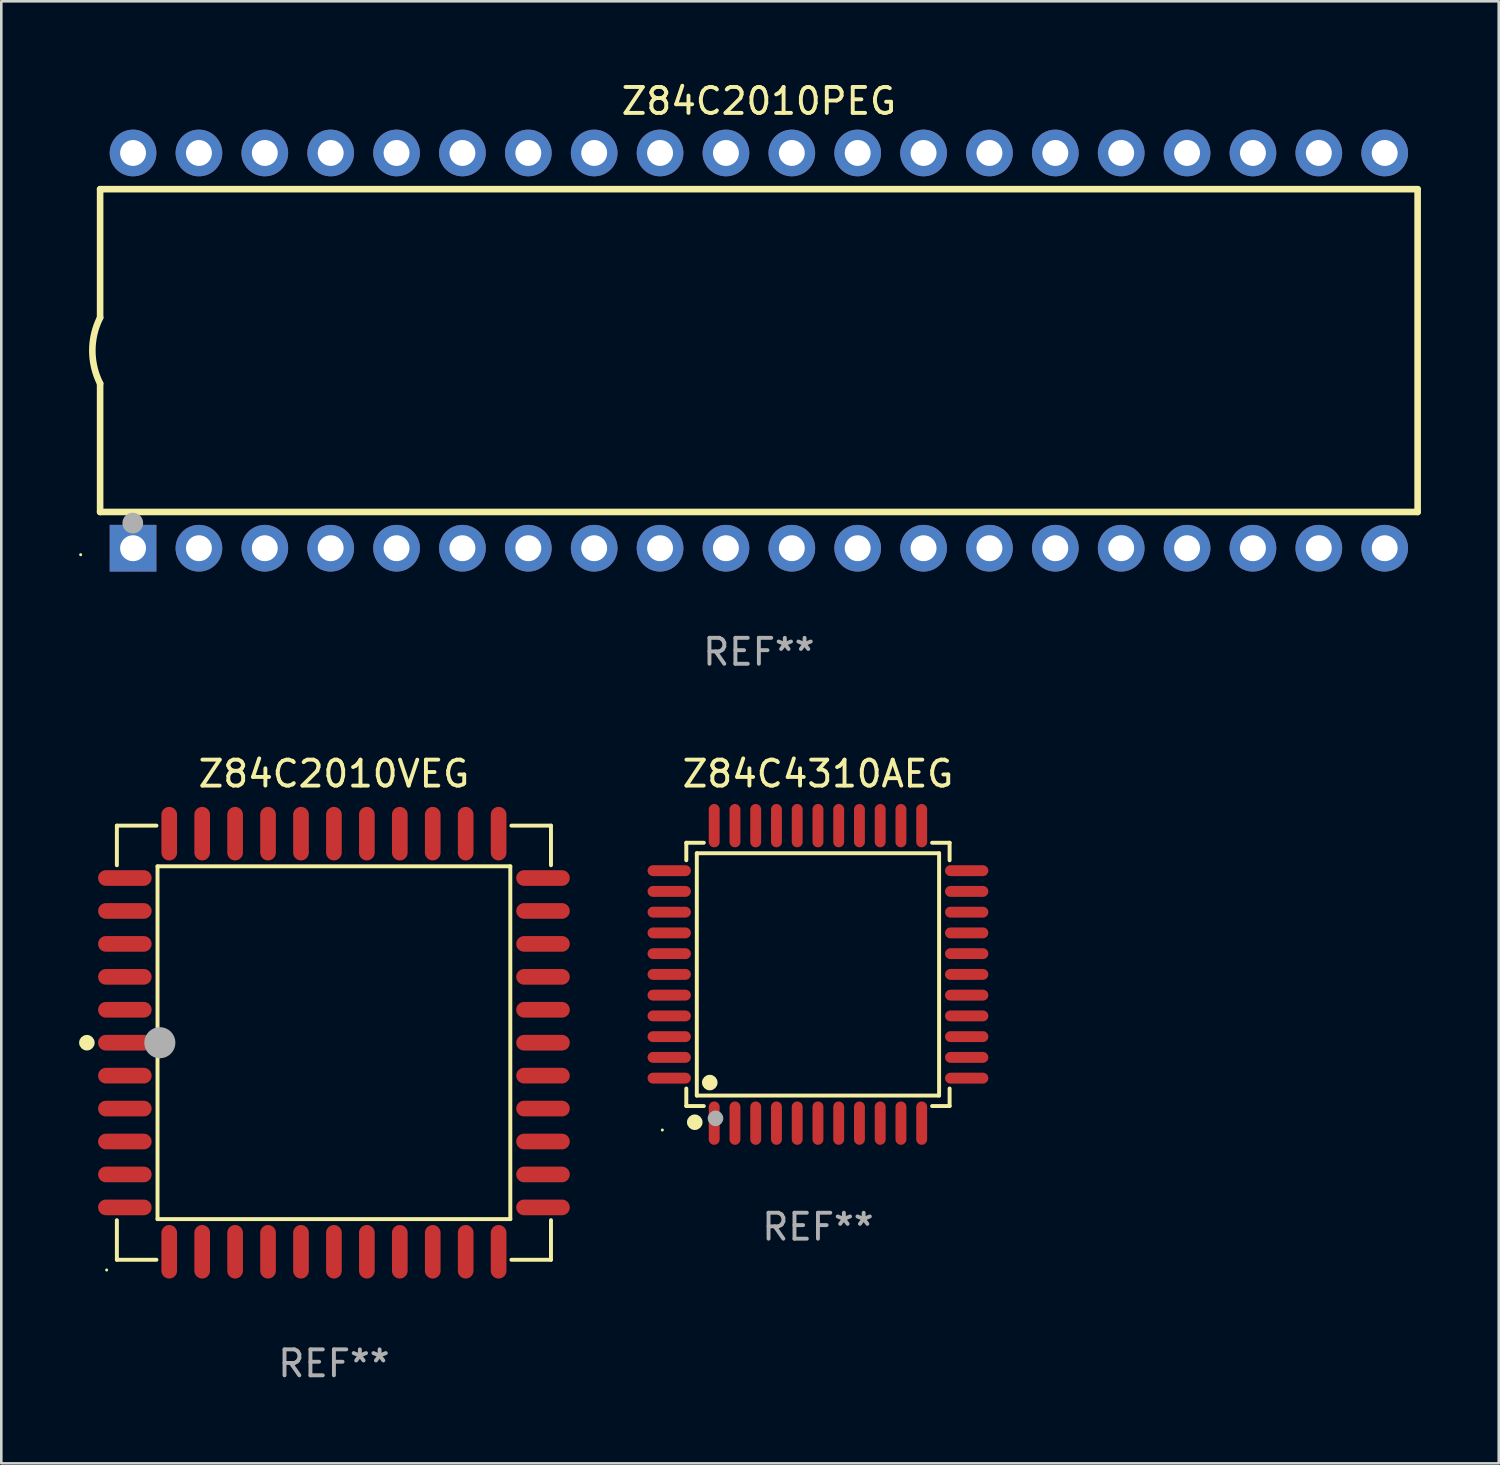
<source format=kicad_pcb>
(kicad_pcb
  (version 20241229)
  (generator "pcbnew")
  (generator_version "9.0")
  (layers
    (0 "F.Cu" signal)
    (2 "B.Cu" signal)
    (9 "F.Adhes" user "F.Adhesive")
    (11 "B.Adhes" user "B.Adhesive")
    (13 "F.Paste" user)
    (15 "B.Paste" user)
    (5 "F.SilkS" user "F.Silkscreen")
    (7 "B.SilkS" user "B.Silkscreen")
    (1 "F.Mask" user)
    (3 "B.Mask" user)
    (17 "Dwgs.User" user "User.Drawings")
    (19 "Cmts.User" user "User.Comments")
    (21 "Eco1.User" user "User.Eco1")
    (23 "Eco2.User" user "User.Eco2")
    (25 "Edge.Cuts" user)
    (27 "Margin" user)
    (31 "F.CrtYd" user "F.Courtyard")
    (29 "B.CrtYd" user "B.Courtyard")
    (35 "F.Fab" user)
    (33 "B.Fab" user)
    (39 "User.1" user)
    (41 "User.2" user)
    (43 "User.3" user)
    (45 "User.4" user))
  (footprint "Z84C2010PEG"
    (layer "F.Cu")
    (at 26.21 10.468)
    (property "Reference" "Z84C2010PEG" (at 0 -9.62 0) (layer "F.SilkS") (effects (font (size 1 1) (thickness 0.15))))
    (attr through_hole)
    (fp_line (start -25.4 -6.224) (end -25.4 -1.271) (stroke (width 0.254) (type solid)) (layer "F.SilkS"))
    (fp_line (start -25.4 -6.224) (end 25.4 -6.224) (stroke (width 0.254) (type solid)) (layer "F.SilkS"))
    (fp_line (start -25.4 1.269) (end -25.4 6.222) (stroke (width 0.254) (type solid)) (layer "F.SilkS"))
    (fp_line (start -25.4 6.222) (end 25.4 6.222) (stroke (width 0.254) (type solid)) (layer "F.SilkS"))
    (fp_line (start 25.4 6.222) (end 25.4 -6.224) (stroke (width 0.254) (type solid)) (layer "F.SilkS"))
    (fp_arc (start -25.4 1.269241) (mid -25.699807 -0.000762) (end -25.4 -1.270765) (stroke (width 0.254001) (type solid)) (layer "F.SilkS"))
    (fp_circle (center -26.15 7.87) (end -26.12 7.87) (stroke (width 0.06) (type solid)) (fill no) (layer "F.SilkS"))
    (fp_circle (center -24.14 6.65) (end -23.94 6.65) (stroke (width 0.4) (type solid)) (fill no) (layer "F.Fab"))
    (fp_text user "REF**" (at 0 11.62 0) (layer "F.Fab") (effects (font (size 1 1) (thickness 0.15))))
    (pad "1" thru_hole rect (at -24.13 7.62 90) (size 1.8 1.8) (drill 1) (layers "*.Cu" "*.Mask"))
    (pad "2" thru_hole circle (at -21.59 7.62) (size 1.8 1.8) (drill 1) (layers "*.Cu" "*.Mask"))
    (pad "3" thru_hole circle (at -19.05 7.62) (size 1.8 1.8) (drill 1) (layers "*.Cu" "*.Mask"))
    (pad "4" thru_hole circle (at -16.51 7.62) (size 1.8 1.8) (drill 1) (layers "*.Cu" "*.Mask"))
    (pad "5" thru_hole circle (at -13.97 7.62) (size 1.8 1.8) (drill 1) (layers "*.Cu" "*.Mask"))
    (pad "6" thru_hole circle (at -11.43 7.62) (size 1.8 1.8) (drill 1) (layers "*.Cu" "*.Mask"))
    (pad "7" thru_hole circle (at -8.89 7.62) (size 1.8 1.8) (drill 1) (layers "*.Cu" "*.Mask"))
    (pad "8" thru_hole circle (at -6.35 7.62) (size 1.8 1.8) (drill 1) (layers "*.Cu" "*.Mask"))
    (pad "9" thru_hole circle (at -3.81 7.62) (size 1.8 1.8) (drill 1) (layers "*.Cu" "*.Mask"))
    (pad "10" thru_hole circle (at -1.27 7.62) (size 1.8 1.8) (drill 1) (layers "*.Cu" "*.Mask"))
    (pad "11" thru_hole circle (at 1.27 7.62) (size 1.8 1.8) (drill 1) (layers "*.Cu" "*.Mask"))
    (pad "12" thru_hole circle (at 3.81 7.62) (size 1.8 1.8) (drill 1) (layers "*.Cu" "*.Mask"))
    (pad "13" thru_hole circle (at 6.35 7.62) (size 1.8 1.8) (drill 1) (layers "*.Cu" "*.Mask"))
    (pad "14" thru_hole circle (at 8.89 7.62) (size 1.8 1.8) (drill 1) (layers "*.Cu" "*.Mask"))
    (pad "15" thru_hole circle (at 11.43 7.62) (size 1.8 1.8) (drill 1) (layers "*.Cu" "*.Mask"))
    (pad "16" thru_hole circle (at 13.97 7.62) (size 1.8 1.8) (drill 1) (layers "*.Cu" "*.Mask"))
    (pad "17" thru_hole circle (at 16.51 7.62) (size 1.8 1.8) (drill 1) (layers "*.Cu" "*.Mask"))
    (pad "18" thru_hole circle (at 19.05 7.62) (size 1.8 1.8) (drill 1) (layers "*.Cu" "*.Mask"))
    (pad "19" thru_hole circle (at 21.59 7.62) (size 1.8 1.8) (drill 1) (layers "*.Cu" "*.Mask"))
    (pad "20" thru_hole circle (at 24.13 7.62) (size 1.8 1.8) (drill 1) (layers "*.Cu" "*.Mask"))
    (pad "21" thru_hole circle (at 24.13 -7.62) (size 1.8 1.8) (drill 1) (layers "*.Cu" "*.Mask"))
    (pad "22" thru_hole circle (at 21.59 -7.62) (size 1.8 1.8) (drill 1) (layers "*.Cu" "*.Mask"))
    (pad "23" thru_hole circle (at 19.05 -7.62) (size 1.8 1.8) (drill 1) (layers "*.Cu" "*.Mask"))
    (pad "24" thru_hole circle (at 16.51 -7.62) (size 1.8 1.8) (drill 1) (layers "*.Cu" "*.Mask"))
    (pad "25" thru_hole circle (at 13.97 -7.62) (size 1.8 1.8) (drill 1) (layers "*.Cu" "*.Mask"))
    (pad "26" thru_hole circle (at 11.43 -7.62) (size 1.8 1.8) (drill 1) (layers "*.Cu" "*.Mask"))
    (pad "27" thru_hole circle (at 8.89 -7.62) (size 1.8 1.8) (drill 1) (layers "*.Cu" "*.Mask"))
    (pad "28" thru_hole circle (at 6.35 -7.62) (size 1.8 1.8) (drill 1) (layers "*.Cu" "*.Mask"))
    (pad "29" thru_hole circle (at 3.81 -7.62) (size 1.8 1.8) (drill 1) (layers "*.Cu" "*.Mask"))
    (pad "30" thru_hole circle (at 1.27 -7.62) (size 1.8 1.8) (drill 1) (layers "*.Cu" "*.Mask"))
    (pad "31" thru_hole circle (at -1.27 -7.62) (size 1.8 1.8) (drill 1) (layers "*.Cu" "*.Mask"))
    (pad "32" thru_hole circle (at -3.81 -7.62) (size 1.8 1.8) (drill 1) (layers "*.Cu" "*.Mask"))
    (pad "33" thru_hole circle (at -6.35 -7.62) (size 1.8 1.8) (drill 1) (layers "*.Cu" "*.Mask"))
    (pad "34" thru_hole circle (at -8.89 -7.62) (size 1.8 1.8) (drill 1) (layers "*.Cu" "*.Mask"))
    (pad "35" thru_hole circle (at -11.43 -7.62) (size 1.8 1.8) (drill 1) (layers "*.Cu" "*.Mask"))
    (pad "36" thru_hole circle (at -13.97 -7.62) (size 1.8 1.8) (drill 1) (layers "*.Cu" "*.Mask"))
    (pad "37" thru_hole circle (at -16.51 -7.62) (size 1.8 1.8) (drill 1) (layers "*.Cu" "*.Mask"))
    (pad "38" thru_hole circle (at -19.05 -7.62) (size 1.8 1.8) (drill 1) (layers "*.Cu" "*.Mask"))
    (pad "39" thru_hole circle (at -21.59 -7.62) (size 1.8 1.8) (drill 1) (layers "*.Cu" "*.Mask"))
    (pad "40" thru_hole circle (at -24.13 -7.62) (size 1.8 1.8) (drill 1) (layers "*.Cu" "*.Mask")))
  (footprint "Z84C4310AEG"
    (layer "F.Cu")
    (at 28.488 34.52)
    (property "Reference" "Z84C4310AEG" (at 0 -7.735 0) (layer "F.SilkS") (effects (font (size 1 1) (thickness 0.15))))
    (attr through_hole)
    (fp_line (start -5.076 -5.076) (end -4.401 -5.076) (stroke (width 0.152) (type solid)) (layer "F.SilkS"))
    (fp_line (start -5.076 -4.401) (end -5.076 -5.076) (stroke (width 0.152) (type solid)) (layer "F.SilkS"))
    (fp_line (start -5.076 4.401) (end -5.076 5.076) (stroke (width 0.152) (type solid)) (layer "F.SilkS"))
    (fp_line (start -5.076 5.076) (end -4.401 5.076) (stroke (width 0.152) (type solid)) (layer "F.SilkS"))
    (fp_line (start -4.671 -4.671) (end 4.671 -4.671) (stroke (width 0.152) (type solid)) (layer "F.SilkS"))
    (fp_line (start -4.671 4.671) (end -4.671 -4.671) (stroke (width 0.152) (type solid)) (layer "F.SilkS"))
    (fp_line (start 4.671 -4.671) (end 4.671 4.671) (stroke (width 0.152) (type solid)) (layer "F.SilkS"))
    (fp_line (start 4.671 4.671) (end -4.671 4.671) (stroke (width 0.152) (type solid)) (layer "F.SilkS"))
    (fp_line (start 5.076 -5.076) (end 4.401 -5.076) (stroke (width 0.152) (type solid)) (layer "F.SilkS"))
    (fp_line (start 5.076 -4.401) (end 5.076 -5.076) (stroke (width 0.152) (type solid)) (layer "F.SilkS"))
    (fp_line (start 5.076 4.401) (end 5.076 5.076) (stroke (width 0.152) (type solid)) (layer "F.SilkS"))
    (fp_line (start 5.076 5.076) (end 4.401 5.076) (stroke (width 0.152) (type solid)) (layer "F.SilkS"))
    (fp_circle (center -6 6) (end -5.97 6) (stroke (width 0.06) (type solid)) (fill no) (layer "F.SilkS"))
    (fp_circle (center -4.75 5.7) (end -4.6 5.7) (stroke (width 0.3) (type solid)) (fill no) (layer "F.SilkS"))
    (fp_circle (center -4.171 4.171) (end -4.021 4.171) (stroke (width 0.3) (type solid)) (fill no) (layer "F.SilkS"))
    (fp_circle (center -3.95 5.55) (end -3.8 5.55) (stroke (width 0.3) (type solid)) (fill no) (layer "F.Fab"))
    (fp_text user "REF**" (at 0 9.735 0) (layer "F.Fab") (effects (font (size 1 1) (thickness 0.15))))
    (pad "1" smd oval (at -4 5.735) (size 0.42 1.67) (layers "F.Cu" "F.Mask" "F.Paste"))
    (pad "2" smd oval (at -3.2 5.735) (size 0.42 1.67) (layers "F.Cu" "F.Mask" "F.Paste"))
    (pad "3" smd oval (at -2.4 5.735) (size 0.42 1.67) (layers "F.Cu" "F.Mask" "F.Paste"))
    (pad "4" smd oval (at -1.6 5.735) (size 0.42 1.67) (layers "F.Cu" "F.Mask" "F.Paste"))
    (pad "5" smd oval (at -0.8 5.735) (size 0.42 1.67) (layers "F.Cu" "F.Mask" "F.Paste"))
    (pad "6" smd oval (at 0 5.735) (size 0.42 1.67) (layers "F.Cu" "F.Mask" "F.Paste"))
    (pad "7" smd oval (at 0.8 5.735) (size 0.42 1.67) (layers "F.Cu" "F.Mask" "F.Paste"))
    (pad "8" smd oval (at 1.6 5.735) (size 0.42 1.67) (layers "F.Cu" "F.Mask" "F.Paste"))
    (pad "9" smd oval (at 2.4 5.735) (size 0.42 1.67) (layers "F.Cu" "F.Mask" "F.Paste"))
    (pad "10" smd oval (at 3.2 5.735) (size 0.42 1.67) (layers "F.Cu" "F.Mask" "F.Paste"))
    (pad "11" smd oval (at 4 5.735) (size 0.42 1.67) (layers "F.Cu" "F.Mask" "F.Paste"))
    (pad "12" smd oval (at 5.735 4) (size 1.67 0.42) (layers "F.Cu" "F.Mask" "F.Paste"))
    (pad "13" smd oval (at 5.735 3.2) (size 1.67 0.42) (layers "F.Cu" "F.Mask" "F.Paste"))
    (pad "14" smd oval (at 5.735 2.4) (size 1.67 0.42) (layers "F.Cu" "F.Mask" "F.Paste"))
    (pad "15" smd oval (at 5.735 1.6) (size 1.67 0.42) (layers "F.Cu" "F.Mask" "F.Paste"))
    (pad "16" smd oval (at 5.735 0.8) (size 1.67 0.42) (layers "F.Cu" "F.Mask" "F.Paste"))
    (pad "17" smd oval (at 5.735 0) (size 1.67 0.42) (layers "F.Cu" "F.Mask" "F.Paste"))
    (pad "18" smd oval (at 5.735 -0.8) (size 1.67 0.42) (layers "F.Cu" "F.Mask" "F.Paste"))
    (pad "19" smd oval (at 5.735 -1.6) (size 1.67 0.42) (layers "F.Cu" "F.Mask" "F.Paste"))
    (pad "20" smd oval (at 5.735 -2.4) (size 1.67 0.42) (layers "F.Cu" "F.Mask" "F.Paste"))
    (pad "21" smd oval (at 5.735 -3.2) (size 1.67 0.42) (layers "F.Cu" "F.Mask" "F.Paste"))
    (pad "22" smd oval (at 5.735 -4) (size 1.67 0.42) (layers "F.Cu" "F.Mask" "F.Paste"))
    (pad "23" smd oval (at 4 -5.735) (size 0.42 1.67) (layers "F.Cu" "F.Mask" "F.Paste"))
    (pad "24" smd oval (at 3.2 -5.735) (size 0.42 1.67) (layers "F.Cu" "F.Mask" "F.Paste"))
    (pad "25" smd oval (at 2.4 -5.735) (size 0.42 1.67) (layers "F.Cu" "F.Mask" "F.Paste"))
    (pad "26" smd oval (at 1.6 -5.735) (size 0.42 1.67) (layers "F.Cu" "F.Mask" "F.Paste"))
    (pad "27" smd oval (at 0.8 -5.735) (size 0.42 1.67) (layers "F.Cu" "F.Mask" "F.Paste"))
    (pad "28" smd oval (at 0 -5.735) (size 0.42 1.67) (layers "F.Cu" "F.Mask" "F.Paste"))
    (pad "29" smd oval (at -0.8 -5.735) (size 0.42 1.67) (layers "F.Cu" "F.Mask" "F.Paste"))
    (pad "30" smd oval (at -1.6 -5.735) (size 0.42 1.67) (layers "F.Cu" "F.Mask" "F.Paste"))
    (pad "31" smd oval (at -2.4 -5.735) (size 0.42 1.67) (layers "F.Cu" "F.Mask" "F.Paste"))
    (pad "32" smd oval (at -3.2 -5.735) (size 0.42 1.67) (layers "F.Cu" "F.Mask" "F.Paste"))
    (pad "33" smd oval (at -4 -5.735) (size 0.42 1.67) (layers "F.Cu" "F.Mask" "F.Paste"))
    (pad "34" smd oval (at -5.735 -4) (size 1.67 0.42) (layers "F.Cu" "F.Mask" "F.Paste"))
    (pad "35" smd oval (at -5.735 -3.2) (size 1.67 0.42) (layers "F.Cu" "F.Mask" "F.Paste"))
    (pad "36" smd oval (at -5.735 -2.4) (size 1.67 0.42) (layers "F.Cu" "F.Mask" "F.Paste"))
    (pad "37" smd oval (at -5.735 -1.6) (size 1.67 0.42) (layers "F.Cu" "F.Mask" "F.Paste"))
    (pad "38" smd oval (at -5.735 -0.8) (size 1.67 0.42) (layers "F.Cu" "F.Mask" "F.Paste"))
    (pad "39" smd oval (at -5.735 0) (size 1.67 0.42) (layers "F.Cu" "F.Mask" "F.Paste"))
    (pad "40" smd oval (at -5.735 0.8) (size 1.67 0.42) (layers "F.Cu" "F.Mask" "F.Paste"))
    (pad "41" smd oval (at -5.735 1.6) (size 1.67 0.42) (layers "F.Cu" "F.Mask" "F.Paste"))
    (pad "42" smd oval (at -5.735 2.4) (size 1.67 0.42) (layers "F.Cu" "F.Mask" "F.Paste"))
    (pad "43" smd oval (at -5.735 3.2) (size 1.67 0.42) (layers "F.Cu" "F.Mask" "F.Paste"))
    (pad "44" smd oval (at -5.735 4) (size 1.67 0.42) (layers "F.Cu" "F.Mask" "F.Paste")))
  (footprint "Z84C2010VEG"
    (layer "F.Cu")
    (at 9.825 37.154)
    (property "Reference" "Z84C2010VEG" (at 0 -10.369 0) (layer "F.SilkS") (effects (font (size 1 1) (thickness 0.15))))
    (attr through_hole)
    (fp_line (start -8.369 -8.369) (end -6.843 -8.369) (stroke (width 0.152) (type solid)) (layer "F.SilkS"))
    (fp_line (start -8.369 -6.843) (end -8.369 -8.369) (stroke (width 0.152) (type solid)) (layer "F.SilkS"))
    (fp_line (start -8.369 6.843) (end -8.369 8.369) (stroke (width 0.152) (type solid)) (layer "F.SilkS"))
    (fp_line (start -8.369 8.369) (end -6.843 8.369) (stroke (width 0.152) (type solid)) (layer "F.SilkS"))
    (fp_line (start -6.801 -6.801) (end 6.801 -6.801) (stroke (width 0.152) (type solid)) (layer "F.SilkS"))
    (fp_line (start -6.801 6.801) (end -6.801 -6.801) (stroke (width 0.152) (type solid)) (layer "F.SilkS"))
    (fp_line (start 6.801 -6.801) (end 6.801 6.801) (stroke (width 0.152) (type solid)) (layer "F.SilkS"))
    (fp_line (start 6.801 6.801) (end -6.801 6.801) (stroke (width 0.152) (type solid)) (layer "F.SilkS"))
    (fp_line (start 8.369 -8.369) (end 6.843 -8.369) (stroke (width 0.152) (type solid)) (layer "F.SilkS"))
    (fp_line (start 8.369 -6.843) (end 8.369 -8.369) (stroke (width 0.152) (type solid)) (layer "F.SilkS"))
    (fp_line (start 8.369 6.843) (end 8.369 8.369) (stroke (width 0.152) (type solid)) (layer "F.SilkS"))
    (fp_line (start 8.369 8.369) (end 6.843 8.369) (stroke (width 0.152) (type solid)) (layer "F.SilkS"))
    (fp_circle (center -9.525 -0.000127) (end -9.375 -0.000127) (stroke (width 0.3) (type solid)) (fill no) (layer "F.SilkS"))
    (fp_circle (center -8.763 8.763) (end -8.733 8.763) (stroke (width 0.06) (type solid)) (fill no) (layer "F.SilkS"))
    (fp_circle (center -6.712 -0.000127) (end -6.412 -0.000127) (stroke (width 0.6) (type solid)) (fill no) (layer "F.Fab"))
    (fp_text user "REF**" (at 0 12.369 0) (layer "F.Fab") (effects (font (size 1 1) (thickness 0.15))))
    (pad "1" smd oval (at -8.061 -0.000127 90) (size 0.604 2.064) (layers "F.Cu" "F.Mask" "F.Paste"))
    (pad "2" smd oval (at -8.061 1.27 90) (size 0.604 2.064) (layers "F.Cu" "F.Mask" "F.Paste"))
    (pad "3" smd oval (at -8.061 2.54 90) (size 0.604 2.064) (layers "F.Cu" "F.Mask" "F.Paste"))
    (pad "4" smd oval (at -8.061 3.81 90) (size 0.604 2.064) (layers "F.Cu" "F.Mask" "F.Paste"))
    (pad "5" smd oval (at -8.061 5.08 90) (size 0.604 2.064) (layers "F.Cu" "F.Mask" "F.Paste"))
    (pad "6" smd oval (at -8.061 6.35 90) (size 0.604 2.064) (layers "F.Cu" "F.Mask" "F.Paste"))
    (pad "7" smd oval (at -6.35 8.061 90) (size 2.064 0.604) (layers "F.Cu" "F.Mask" "F.Paste"))
    (pad "8" smd oval (at -5.08 8.061 90) (size 2.064 0.604) (layers "F.Cu" "F.Mask" "F.Paste"))
    (pad "9" smd oval (at -3.81 8.061 90) (size 2.064 0.604) (layers "F.Cu" "F.Mask" "F.Paste"))
    (pad "10" smd oval (at -2.54 8.061 90) (size 2.064 0.604) (layers "F.Cu" "F.Mask" "F.Paste"))
    (pad "11" smd oval (at -1.27 8.061 90) (size 2.064 0.604) (layers "F.Cu" "F.Mask" "F.Paste"))
    (pad "12" smd oval (at 0.000076 8.061 90) (size 2.064 0.604) (layers "F.Cu" "F.Mask" "F.Paste"))
    (pad "13" smd oval (at 1.27 8.061 90) (size 2.064 0.604) (layers "F.Cu" "F.Mask" "F.Paste"))
    (pad "14" smd oval (at 2.54 8.061 90) (size 2.064 0.604) (layers "F.Cu" "F.Mask" "F.Paste"))
    (pad "15" smd oval (at 3.81 8.061 90) (size 2.064 0.604) (layers "F.Cu" "F.Mask" "F.Paste"))
    (pad "16" smd oval (at 5.08 8.061 90) (size 2.064 0.604) (layers "F.Cu" "F.Mask" "F.Paste"))
    (pad "17" smd oval (at 6.35 8.061 90) (size 2.064 0.604) (layers "F.Cu" "F.Mask" "F.Paste"))
    (pad "18" smd oval (at 8.062 6.35 90) (size 0.604 2.064) (layers "F.Cu" "F.Mask" "F.Paste"))
    (pad "19" smd oval (at 8.062 5.08 90) (size 0.604 2.064) (layers "F.Cu" "F.Mask" "F.Paste"))
    (pad "20" smd oval (at 8.062 3.81 90) (size 0.604 2.064) (layers "F.Cu" "F.Mask" "F.Paste"))
    (pad "21" smd oval (at 8.062 2.54 90) (size 0.604 2.064) (layers "F.Cu" "F.Mask" "F.Paste"))
    (pad "22" smd oval (at 8.062 1.27 90) (size 0.604 2.064) (layers "F.Cu" "F.Mask" "F.Paste"))
    (pad "23" smd oval (at 8.062 -0.000127 90) (size 0.604 2.064) (layers "F.Cu" "F.Mask" "F.Paste"))
    (pad "24" smd oval (at 8.062 -1.27 90) (size 0.604 2.064) (layers "F.Cu" "F.Mask" "F.Paste"))
    (pad "25" smd oval (at 8.062 -2.54 90) (size 0.604 2.064) (layers "F.Cu" "F.Mask" "F.Paste"))
    (pad "26" smd oval (at 8.062 -3.81 90) (size 0.604 2.064) (layers "F.Cu" "F.Mask" "F.Paste"))
    (pad "27" smd oval (at 8.062 -5.08 90) (size 0.604 2.064) (layers "F.Cu" "F.Mask" "F.Paste"))
    (pad "28" smd oval (at 8.062 -6.35 90) (size 0.604 2.064) (layers "F.Cu" "F.Mask" "F.Paste"))
    (pad "29" smd oval (at 6.35 -8.061 90) (size 2.064 0.604) (layers "F.Cu" "F.Mask" "F.Paste"))
    (pad "30" smd oval (at 5.08 -8.061 90) (size 2.064 0.604) (layers "F.Cu" "F.Mask" "F.Paste"))
    (pad "31" smd oval (at 3.81 -8.061 90) (size 2.064 0.604) (layers "F.Cu" "F.Mask" "F.Paste"))
    (pad "32" smd oval (at 2.54 -8.061 90) (size 2.064 0.604) (layers "F.Cu" "F.Mask" "F.Paste"))
    (pad "33" smd oval (at 1.27 -8.061 90) (size 2.064 0.604) (layers "F.Cu" "F.Mask" "F.Paste"))
    (pad "34" smd oval (at 0.000076 -8.061 90) (size 2.064 0.604) (layers "F.Cu" "F.Mask" "F.Paste"))
    (pad "35" smd oval (at -1.27 -8.061 90) (size 2.064 0.604) (layers "F.Cu" "F.Mask" "F.Paste"))
    (pad "36" smd oval (at -2.54 -8.061 90) (size 2.064 0.604) (layers "F.Cu" "F.Mask" "F.Paste"))
    (pad "37" smd oval (at -3.81 -8.061 90) (size 2.064 0.604) (layers "F.Cu" "F.Mask" "F.Paste"))
    (pad "38" smd oval (at -5.08 -8.061 90) (size 2.064 0.604) (layers "F.Cu" "F.Mask" "F.Paste"))
    (pad "39" smd oval (at -6.35 -8.061 90) (size 2.064 0.604) (layers "F.Cu" "F.Mask" "F.Paste"))
    (pad "40" smd oval (at -8.061 -6.35 90) (size 0.604 2.064) (layers "F.Cu" "F.Mask" "F.Paste"))
    (pad "41" smd oval (at -8.061 -5.08 90) (size 0.604 2.064) (layers "F.Cu" "F.Mask" "F.Paste"))
    (pad "42" smd oval (at -8.061 -3.81 90) (size 0.604 2.064) (layers "F.Cu" "F.Mask" "F.Paste"))
    (pad "43" smd oval (at -8.061 -2.54 90) (size 0.604 2.064) (layers "F.Cu" "F.Mask" "F.Paste"))
    (pad "44" smd oval (at -8.061 -1.27 90) (size 0.604 2.064) (layers "F.Cu" "F.Mask" "F.Paste")))
  (gr_rect
    (start -3 -3)
    (end 54.737 53.372)
    (stroke (width 0.1) (type default))
    (fill no)
    (layer "Edge.Cuts")))
</source>
